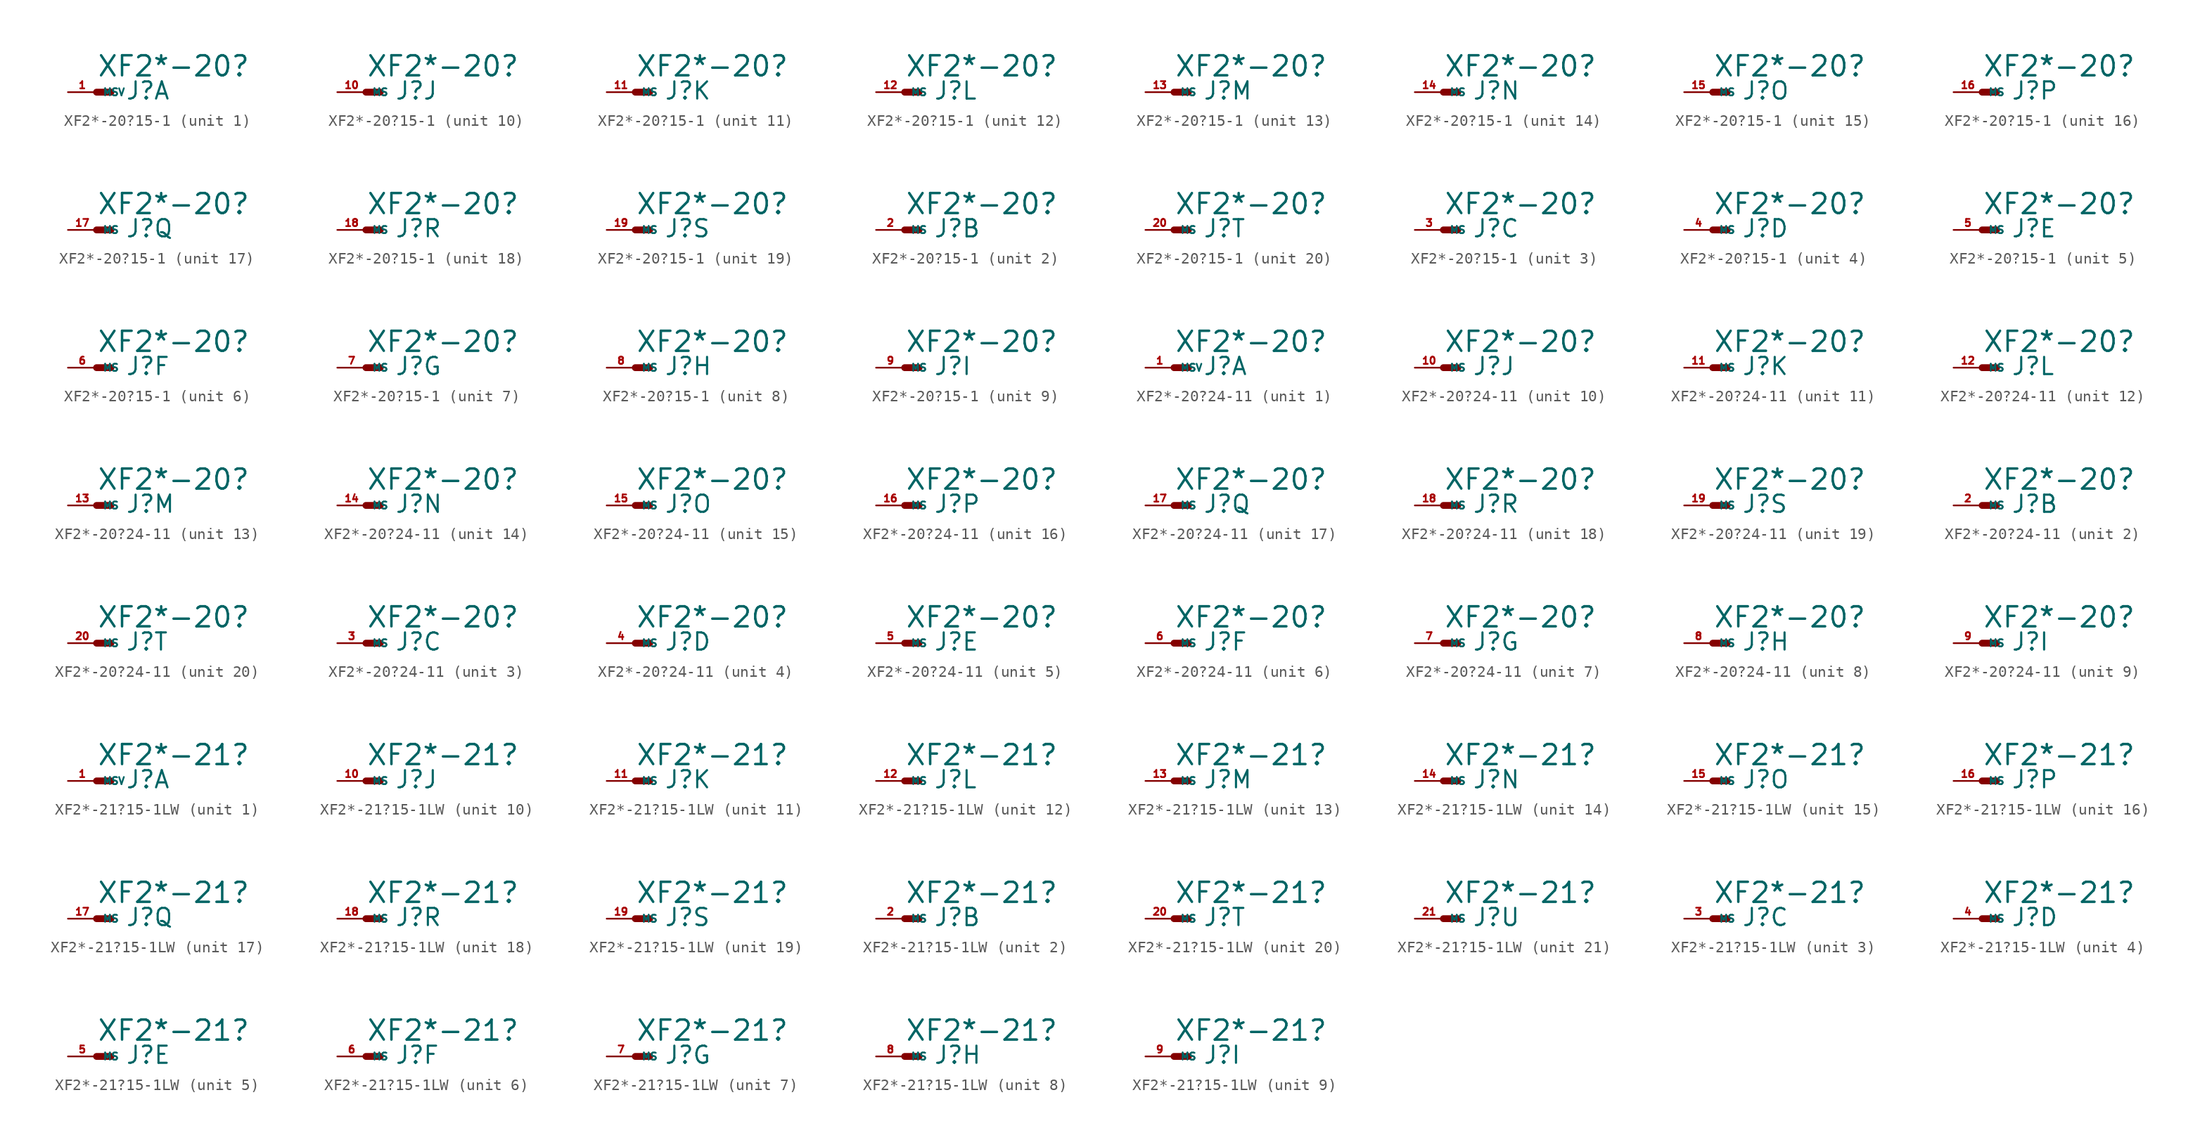
<source format=kicad_sym>
(kicad_symbol_lib
  (version 20220914)
  (generator Eagle2Kicad)
  (symbol "XF2*-20?15-1"
    (property "Reference" "J"
      (at 2.54 -0.762 0)
      (effects (font (size 1.524 1.524) (thickness 0.19)) (justify left bottom)))
    (property "Value" "XF2*-20?"
      (at 0 1.27 0)
      (effects (font (size 1.778 1.778) (thickness 0.22)) (justify left bottom)))
    (symbol "XF2*-20?15-1_1_0"
      (polyline (pts (xy 0 0) (xy 1.27 0)) (stroke (width 0.61) (type default)) (fill (type none)))
      (pin passive line (at -2.54 0 0) (length 2.54) (name "MSV" (effects (font (size 0.635 0.635) (thickness 0.08)) (justify left bottom))) (number "1" (effects (font (size 0.635 0.635) (thickness 0.08)) (justify left bottom)))))
    (symbol "XF2*-20?15-1_2_0"
      (polyline (pts (xy 0 0) (xy 1.27 0)) (stroke (width 0.61) (type default)) (fill (type none)))
      (pin passive line (at -2.54 0 0) (length 2.54) (name "MS" (effects (font (size 0.635 0.635) (thickness 0.08)) (justify left bottom))) (number "2" (effects (font (size 0.635 0.635) (thickness 0.08)) (justify left bottom)))))
    (symbol "XF2*-20?15-1_3_0"
      (polyline (pts (xy 0 0) (xy 1.27 0)) (stroke (width 0.61) (type default)) (fill (type none)))
      (pin passive line (at -2.54 0 0) (length 2.54) (name "MS" (effects (font (size 0.635 0.635) (thickness 0.08)) (justify left bottom))) (number "3" (effects (font (size 0.635 0.635) (thickness 0.08)) (justify left bottom)))))
    (symbol "XF2*-20?15-1_4_0"
      (polyline (pts (xy 0 0) (xy 1.27 0)) (stroke (width 0.61) (type default)) (fill (type none)))
      (pin passive line (at -2.54 0 0) (length 2.54) (name "MS" (effects (font (size 0.635 0.635) (thickness 0.08)) (justify left bottom))) (number "4" (effects (font (size 0.635 0.635) (thickness 0.08)) (justify left bottom)))))
    (symbol "XF2*-20?15-1_5_0"
      (polyline (pts (xy 0 0) (xy 1.27 0)) (stroke (width 0.61) (type default)) (fill (type none)))
      (pin passive line (at -2.54 0 0) (length 2.54) (name "MS" (effects (font (size 0.635 0.635) (thickness 0.08)) (justify left bottom))) (number "5" (effects (font (size 0.635 0.635) (thickness 0.08)) (justify left bottom)))))
    (symbol "XF2*-20?15-1_6_0"
      (polyline (pts (xy 0 0) (xy 1.27 0)) (stroke (width 0.61) (type default)) (fill (type none)))
      (pin passive line (at -2.54 0 0) (length 2.54) (name "MS" (effects (font (size 0.635 0.635) (thickness 0.08)) (justify left bottom))) (number "6" (effects (font (size 0.635 0.635) (thickness 0.08)) (justify left bottom)))))
    (symbol "XF2*-20?15-1_7_0"
      (polyline (pts (xy 0 0) (xy 1.27 0)) (stroke (width 0.61) (type default)) (fill (type none)))
      (pin passive line (at -2.54 0 0) (length 2.54) (name "MS" (effects (font (size 0.635 0.635) (thickness 0.08)) (justify left bottom))) (number "7" (effects (font (size 0.635 0.635) (thickness 0.08)) (justify left bottom)))))
    (symbol "XF2*-20?15-1_8_0"
      (polyline (pts (xy 0 0) (xy 1.27 0)) (stroke (width 0.61) (type default)) (fill (type none)))
      (pin passive line (at -2.54 0 0) (length 2.54) (name "MS" (effects (font (size 0.635 0.635) (thickness 0.08)) (justify left bottom))) (number "8" (effects (font (size 0.635 0.635) (thickness 0.08)) (justify left bottom)))))
    (symbol "XF2*-20?15-1_9_0"
      (polyline (pts (xy 0 0) (xy 1.27 0)) (stroke (width 0.61) (type default)) (fill (type none)))
      (pin passive line (at -2.54 0 0) (length 2.54) (name "MS" (effects (font (size 0.635 0.635) (thickness 0.08)) (justify left bottom))) (number "9" (effects (font (size 0.635 0.635) (thickness 0.08)) (justify left bottom)))))
    (symbol "XF2*-20?15-1_10_0"
      (polyline (pts (xy 0 0) (xy 1.27 0)) (stroke (width 0.61) (type default)) (fill (type none)))
      (pin passive line (at -2.54 0 0) (length 2.54) (name "MS" (effects (font (size 0.635 0.635) (thickness 0.08)) (justify left bottom))) (number "10" (effects (font (size 0.635 0.635) (thickness 0.08)) (justify left bottom)))))
    (symbol "XF2*-20?15-1_11_0"
      (polyline (pts (xy 0 0) (xy 1.27 0)) (stroke (width 0.61) (type default)) (fill (type none)))
      (pin passive line (at -2.54 0 0) (length 2.54) (name "MS" (effects (font (size 0.635 0.635) (thickness 0.08)) (justify left bottom))) (number "11" (effects (font (size 0.635 0.635) (thickness 0.08)) (justify left bottom)))))
    (symbol "XF2*-20?15-1_12_0"
      (polyline (pts (xy 0 0) (xy 1.27 0)) (stroke (width 0.61) (type default)) (fill (type none)))
      (pin passive line (at -2.54 0 0) (length 2.54) (name "MS" (effects (font (size 0.635 0.635) (thickness 0.08)) (justify left bottom))) (number "12" (effects (font (size 0.635 0.635) (thickness 0.08)) (justify left bottom)))))
    (symbol "XF2*-20?15-1_13_0"
      (polyline (pts (xy 0 0) (xy 1.27 0)) (stroke (width 0.61) (type default)) (fill (type none)))
      (pin passive line (at -2.54 0 0) (length 2.54) (name "MS" (effects (font (size 0.635 0.635) (thickness 0.08)) (justify left bottom))) (number "13" (effects (font (size 0.635 0.635) (thickness 0.08)) (justify left bottom)))))
    (symbol "XF2*-20?15-1_14_0"
      (polyline (pts (xy 0 0) (xy 1.27 0)) (stroke (width 0.61) (type default)) (fill (type none)))
      (pin passive line (at -2.54 0 0) (length 2.54) (name "MS" (effects (font (size 0.635 0.635) (thickness 0.08)) (justify left bottom))) (number "14" (effects (font (size 0.635 0.635) (thickness 0.08)) (justify left bottom)))))
    (symbol "XF2*-20?15-1_15_0"
      (polyline (pts (xy 0 0) (xy 1.27 0)) (stroke (width 0.61) (type default)) (fill (type none)))
      (pin passive line (at -2.54 0 0) (length 2.54) (name "MS" (effects (font (size 0.635 0.635) (thickness 0.08)) (justify left bottom))) (number "15" (effects (font (size 0.635 0.635) (thickness 0.08)) (justify left bottom)))))
    (symbol "XF2*-20?15-1_16_0"
      (polyline (pts (xy 0 0) (xy 1.27 0)) (stroke (width 0.61) (type default)) (fill (type none)))
      (pin passive line (at -2.54 0 0) (length 2.54) (name "MS" (effects (font (size 0.635 0.635) (thickness 0.08)) (justify left bottom))) (number "16" (effects (font (size 0.635 0.635) (thickness 0.08)) (justify left bottom)))))
    (symbol "XF2*-20?15-1_17_0"
      (polyline (pts (xy 0 0) (xy 1.27 0)) (stroke (width 0.61) (type default)) (fill (type none)))
      (pin passive line (at -2.54 0 0) (length 2.54) (name "MS" (effects (font (size 0.635 0.635) (thickness 0.08)) (justify left bottom))) (number "17" (effects (font (size 0.635 0.635) (thickness 0.08)) (justify left bottom)))))
    (symbol "XF2*-20?15-1_18_0"
      (polyline (pts (xy 0 0) (xy 1.27 0)) (stroke (width 0.61) (type default)) (fill (type none)))
      (pin passive line (at -2.54 0 0) (length 2.54) (name "MS" (effects (font (size 0.635 0.635) (thickness 0.08)) (justify left bottom))) (number "18" (effects (font (size 0.635 0.635) (thickness 0.08)) (justify left bottom)))))
    (symbol "XF2*-20?15-1_19_0"
      (polyline (pts (xy 0 0) (xy 1.27 0)) (stroke (width 0.61) (type default)) (fill (type none)))
      (pin passive line (at -2.54 0 0) (length 2.54) (name "MS" (effects (font (size 0.635 0.635) (thickness 0.08)) (justify left bottom))) (number "19" (effects (font (size 0.635 0.635) (thickness 0.08)) (justify left bottom)))))
    (symbol "XF2*-20?15-1_20_0"
      (polyline (pts (xy 0 0) (xy 1.27 0)) (stroke (width 0.61) (type default)) (fill (type none)))
      (pin passive line (at -2.54 0 0) (length 2.54) (name "MS" (effects (font (size 0.635 0.635) (thickness 0.08)) (justify left bottom))) (number "20" (effects (font (size 0.635 0.635) (thickness 0.08)) (justify left bottom))))))
  (symbol "XF2*-20?24-11"
    (property "Reference" "J"
      (at 2.54 -0.762 0)
      (effects (font (size 1.524 1.524) (thickness 0.19)) (justify left bottom)))
    (property "Value" "XF2*-20?"
      (at 0 1.27 0)
      (effects (font (size 1.778 1.778) (thickness 0.22)) (justify left bottom)))
    (symbol "XF2*-20?24-11_1_0"
      (polyline (pts (xy 0 0) (xy 1.27 0)) (stroke (width 0.61) (type default)) (fill (type none)))
      (pin passive line (at -2.54 0 0) (length 2.54) (name "MSV" (effects (font (size 0.635 0.635) (thickness 0.08)) (justify left bottom))) (number "1" (effects (font (size 0.635 0.635) (thickness 0.08)) (justify left bottom)))))
    (symbol "XF2*-20?24-11_2_0"
      (polyline (pts (xy 0 0) (xy 1.27 0)) (stroke (width 0.61) (type default)) (fill (type none)))
      (pin passive line (at -2.54 0 0) (length 2.54) (name "MS" (effects (font (size 0.635 0.635) (thickness 0.08)) (justify left bottom))) (number "2" (effects (font (size 0.635 0.635) (thickness 0.08)) (justify left bottom)))))
    (symbol "XF2*-20?24-11_3_0"
      (polyline (pts (xy 0 0) (xy 1.27 0)) (stroke (width 0.61) (type default)) (fill (type none)))
      (pin passive line (at -2.54 0 0) (length 2.54) (name "MS" (effects (font (size 0.635 0.635) (thickness 0.08)) (justify left bottom))) (number "3" (effects (font (size 0.635 0.635) (thickness 0.08)) (justify left bottom)))))
    (symbol "XF2*-20?24-11_4_0"
      (polyline (pts (xy 0 0) (xy 1.27 0)) (stroke (width 0.61) (type default)) (fill (type none)))
      (pin passive line (at -2.54 0 0) (length 2.54) (name "MS" (effects (font (size 0.635 0.635) (thickness 0.08)) (justify left bottom))) (number "4" (effects (font (size 0.635 0.635) (thickness 0.08)) (justify left bottom)))))
    (symbol "XF2*-20?24-11_5_0"
      (polyline (pts (xy 0 0) (xy 1.27 0)) (stroke (width 0.61) (type default)) (fill (type none)))
      (pin passive line (at -2.54 0 0) (length 2.54) (name "MS" (effects (font (size 0.635 0.635) (thickness 0.08)) (justify left bottom))) (number "5" (effects (font (size 0.635 0.635) (thickness 0.08)) (justify left bottom)))))
    (symbol "XF2*-20?24-11_6_0"
      (polyline (pts (xy 0 0) (xy 1.27 0)) (stroke (width 0.61) (type default)) (fill (type none)))
      (pin passive line (at -2.54 0 0) (length 2.54) (name "MS" (effects (font (size 0.635 0.635) (thickness 0.08)) (justify left bottom))) (number "6" (effects (font (size 0.635 0.635) (thickness 0.08)) (justify left bottom)))))
    (symbol "XF2*-20?24-11_7_0"
      (polyline (pts (xy 0 0) (xy 1.27 0)) (stroke (width 0.61) (type default)) (fill (type none)))
      (pin passive line (at -2.54 0 0) (length 2.54) (name "MS" (effects (font (size 0.635 0.635) (thickness 0.08)) (justify left bottom))) (number "7" (effects (font (size 0.635 0.635) (thickness 0.08)) (justify left bottom)))))
    (symbol "XF2*-20?24-11_8_0"
      (polyline (pts (xy 0 0) (xy 1.27 0)) (stroke (width 0.61) (type default)) (fill (type none)))
      (pin passive line (at -2.54 0 0) (length 2.54) (name "MS" (effects (font (size 0.635 0.635) (thickness 0.08)) (justify left bottom))) (number "8" (effects (font (size 0.635 0.635) (thickness 0.08)) (justify left bottom)))))
    (symbol "XF2*-20?24-11_9_0"
      (polyline (pts (xy 0 0) (xy 1.27 0)) (stroke (width 0.61) (type default)) (fill (type none)))
      (pin passive line (at -2.54 0 0) (length 2.54) (name "MS" (effects (font (size 0.635 0.635) (thickness 0.08)) (justify left bottom))) (number "9" (effects (font (size 0.635 0.635) (thickness 0.08)) (justify left bottom)))))
    (symbol "XF2*-20?24-11_10_0"
      (polyline (pts (xy 0 0) (xy 1.27 0)) (stroke (width 0.61) (type default)) (fill (type none)))
      (pin passive line (at -2.54 0 0) (length 2.54) (name "MS" (effects (font (size 0.635 0.635) (thickness 0.08)) (justify left bottom))) (number "10" (effects (font (size 0.635 0.635) (thickness 0.08)) (justify left bottom)))))
    (symbol "XF2*-20?24-11_11_0"
      (polyline (pts (xy 0 0) (xy 1.27 0)) (stroke (width 0.61) (type default)) (fill (type none)))
      (pin passive line (at -2.54 0 0) (length 2.54) (name "MS" (effects (font (size 0.635 0.635) (thickness 0.08)) (justify left bottom))) (number "11" (effects (font (size 0.635 0.635) (thickness 0.08)) (justify left bottom)))))
    (symbol "XF2*-20?24-11_12_0"
      (polyline (pts (xy 0 0) (xy 1.27 0)) (stroke (width 0.61) (type default)) (fill (type none)))
      (pin passive line (at -2.54 0 0) (length 2.54) (name "MS" (effects (font (size 0.635 0.635) (thickness 0.08)) (justify left bottom))) (number "12" (effects (font (size 0.635 0.635) (thickness 0.08)) (justify left bottom)))))
    (symbol "XF2*-20?24-11_13_0"
      (polyline (pts (xy 0 0) (xy 1.27 0)) (stroke (width 0.61) (type default)) (fill (type none)))
      (pin passive line (at -2.54 0 0) (length 2.54) (name "MS" (effects (font (size 0.635 0.635) (thickness 0.08)) (justify left bottom))) (number "13" (effects (font (size 0.635 0.635) (thickness 0.08)) (justify left bottom)))))
    (symbol "XF2*-20?24-11_14_0"
      (polyline (pts (xy 0 0) (xy 1.27 0)) (stroke (width 0.61) (type default)) (fill (type none)))
      (pin passive line (at -2.54 0 0) (length 2.54) (name "MS" (effects (font (size 0.635 0.635) (thickness 0.08)) (justify left bottom))) (number "14" (effects (font (size 0.635 0.635) (thickness 0.08)) (justify left bottom)))))
    (symbol "XF2*-20?24-11_15_0"
      (polyline (pts (xy 0 0) (xy 1.27 0)) (stroke (width 0.61) (type default)) (fill (type none)))
      (pin passive line (at -2.54 0 0) (length 2.54) (name "MS" (effects (font (size 0.635 0.635) (thickness 0.08)) (justify left bottom))) (number "15" (effects (font (size 0.635 0.635) (thickness 0.08)) (justify left bottom)))))
    (symbol "XF2*-20?24-11_16_0"
      (polyline (pts (xy 0 0) (xy 1.27 0)) (stroke (width 0.61) (type default)) (fill (type none)))
      (pin passive line (at -2.54 0 0) (length 2.54) (name "MS" (effects (font (size 0.635 0.635) (thickness 0.08)) (justify left bottom))) (number "16" (effects (font (size 0.635 0.635) (thickness 0.08)) (justify left bottom)))))
    (symbol "XF2*-20?24-11_17_0"
      (polyline (pts (xy 0 0) (xy 1.27 0)) (stroke (width 0.61) (type default)) (fill (type none)))
      (pin passive line (at -2.54 0 0) (length 2.54) (name "MS" (effects (font (size 0.635 0.635) (thickness 0.08)) (justify left bottom))) (number "17" (effects (font (size 0.635 0.635) (thickness 0.08)) (justify left bottom)))))
    (symbol "XF2*-20?24-11_18_0"
      (polyline (pts (xy 0 0) (xy 1.27 0)) (stroke (width 0.61) (type default)) (fill (type none)))
      (pin passive line (at -2.54 0 0) (length 2.54) (name "MS" (effects (font (size 0.635 0.635) (thickness 0.08)) (justify left bottom))) (number "18" (effects (font (size 0.635 0.635) (thickness 0.08)) (justify left bottom)))))
    (symbol "XF2*-20?24-11_19_0"
      (polyline (pts (xy 0 0) (xy 1.27 0)) (stroke (width 0.61) (type default)) (fill (type none)))
      (pin passive line (at -2.54 0 0) (length 2.54) (name "MS" (effects (font (size 0.635 0.635) (thickness 0.08)) (justify left bottom))) (number "19" (effects (font (size 0.635 0.635) (thickness 0.08)) (justify left bottom)))))
    (symbol "XF2*-20?24-11_20_0"
      (polyline (pts (xy 0 0) (xy 1.27 0)) (stroke (width 0.61) (type default)) (fill (type none)))
      (pin passive line (at -2.54 0 0) (length 2.54) (name "MS" (effects (font (size 0.635 0.635) (thickness 0.08)) (justify left bottom))) (number "20" (effects (font (size 0.635 0.635) (thickness 0.08)) (justify left bottom))))))
  (symbol "XF2*-21?15-1LW"
    (property "Reference" "J"
      (at 2.54 -0.762 0)
      (effects (font (size 1.524 1.524) (thickness 0.19)) (justify left bottom)))
    (property "Value" "XF2*-21?"
      (at 0 1.27 0)
      (effects (font (size 1.778 1.778) (thickness 0.22)) (justify left bottom)))
    (symbol "XF2*-21?15-1LW_1_0"
      (polyline (pts (xy 0 0) (xy 1.27 0)) (stroke (width 0.61) (type default)) (fill (type none)))
      (pin passive line (at -2.54 0 0) (length 2.54) (name "MSV" (effects (font (size 0.635 0.635) (thickness 0.08)) (justify left bottom))) (number "1" (effects (font (size 0.635 0.635) (thickness 0.08)) (justify left bottom)))))
    (symbol "XF2*-21?15-1LW_2_0"
      (polyline (pts (xy 0 0) (xy 1.27 0)) (stroke (width 0.61) (type default)) (fill (type none)))
      (pin passive line (at -2.54 0 0) (length 2.54) (name "MS" (effects (font (size 0.635 0.635) (thickness 0.08)) (justify left bottom))) (number "2" (effects (font (size 0.635 0.635) (thickness 0.08)) (justify left bottom)))))
    (symbol "XF2*-21?15-1LW_3_0"
      (polyline (pts (xy 0 0) (xy 1.27 0)) (stroke (width 0.61) (type default)) (fill (type none)))
      (pin passive line (at -2.54 0 0) (length 2.54) (name "MS" (effects (font (size 0.635 0.635) (thickness 0.08)) (justify left bottom))) (number "3" (effects (font (size 0.635 0.635) (thickness 0.08)) (justify left bottom)))))
    (symbol "XF2*-21?15-1LW_4_0"
      (polyline (pts (xy 0 0) (xy 1.27 0)) (stroke (width 0.61) (type default)) (fill (type none)))
      (pin passive line (at -2.54 0 0) (length 2.54) (name "MS" (effects (font (size 0.635 0.635) (thickness 0.08)) (justify left bottom))) (number "4" (effects (font (size 0.635 0.635) (thickness 0.08)) (justify left bottom)))))
    (symbol "XF2*-21?15-1LW_5_0"
      (polyline (pts (xy 0 0) (xy 1.27 0)) (stroke (width 0.61) (type default)) (fill (type none)))
      (pin passive line (at -2.54 0 0) (length 2.54) (name "MS" (effects (font (size 0.635 0.635) (thickness 0.08)) (justify left bottom))) (number "5" (effects (font (size 0.635 0.635) (thickness 0.08)) (justify left bottom)))))
    (symbol "XF2*-21?15-1LW_6_0"
      (polyline (pts (xy 0 0) (xy 1.27 0)) (stroke (width 0.61) (type default)) (fill (type none)))
      (pin passive line (at -2.54 0 0) (length 2.54) (name "MS" (effects (font (size 0.635 0.635) (thickness 0.08)) (justify left bottom))) (number "6" (effects (font (size 0.635 0.635) (thickness 0.08)) (justify left bottom)))))
    (symbol "XF2*-21?15-1LW_7_0"
      (polyline (pts (xy 0 0) (xy 1.27 0)) (stroke (width 0.61) (type default)) (fill (type none)))
      (pin passive line (at -2.54 0 0) (length 2.54) (name "MS" (effects (font (size 0.635 0.635) (thickness 0.08)) (justify left bottom))) (number "7" (effects (font (size 0.635 0.635) (thickness 0.08)) (justify left bottom)))))
    (symbol "XF2*-21?15-1LW_8_0"
      (polyline (pts (xy 0 0) (xy 1.27 0)) (stroke (width 0.61) (type default)) (fill (type none)))
      (pin passive line (at -2.54 0 0) (length 2.54) (name "MS" (effects (font (size 0.635 0.635) (thickness 0.08)) (justify left bottom))) (number "8" (effects (font (size 0.635 0.635) (thickness 0.08)) (justify left bottom)))))
    (symbol "XF2*-21?15-1LW_9_0"
      (polyline (pts (xy 0 0) (xy 1.27 0)) (stroke (width 0.61) (type default)) (fill (type none)))
      (pin passive line (at -2.54 0 0) (length 2.54) (name "MS" (effects (font (size 0.635 0.635) (thickness 0.08)) (justify left bottom))) (number "9" (effects (font (size 0.635 0.635) (thickness 0.08)) (justify left bottom)))))
    (symbol "XF2*-21?15-1LW_10_0"
      (polyline (pts (xy 0 0) (xy 1.27 0)) (stroke (width 0.61) (type default)) (fill (type none)))
      (pin passive line (at -2.54 0 0) (length 2.54) (name "MS" (effects (font (size 0.635 0.635) (thickness 0.08)) (justify left bottom))) (number "10" (effects (font (size 0.635 0.635) (thickness 0.08)) (justify left bottom)))))
    (symbol "XF2*-21?15-1LW_11_0"
      (polyline (pts (xy 0 0) (xy 1.27 0)) (stroke (width 0.61) (type default)) (fill (type none)))
      (pin passive line (at -2.54 0 0) (length 2.54) (name "MS" (effects (font (size 0.635 0.635) (thickness 0.08)) (justify left bottom))) (number "11" (effects (font (size 0.635 0.635) (thickness 0.08)) (justify left bottom)))))
    (symbol "XF2*-21?15-1LW_12_0"
      (polyline (pts (xy 0 0) (xy 1.27 0)) (stroke (width 0.61) (type default)) (fill (type none)))
      (pin passive line (at -2.54 0 0) (length 2.54) (name "MS" (effects (font (size 0.635 0.635) (thickness 0.08)) (justify left bottom))) (number "12" (effects (font (size 0.635 0.635) (thickness 0.08)) (justify left bottom)))))
    (symbol "XF2*-21?15-1LW_13_0"
      (polyline (pts (xy 0 0) (xy 1.27 0)) (stroke (width 0.61) (type default)) (fill (type none)))
      (pin passive line (at -2.54 0 0) (length 2.54) (name "MS" (effects (font (size 0.635 0.635) (thickness 0.08)) (justify left bottom))) (number "13" (effects (font (size 0.635 0.635) (thickness 0.08)) (justify left bottom)))))
    (symbol "XF2*-21?15-1LW_14_0"
      (polyline (pts (xy 0 0) (xy 1.27 0)) (stroke (width 0.61) (type default)) (fill (type none)))
      (pin passive line (at -2.54 0 0) (length 2.54) (name "MS" (effects (font (size 0.635 0.635) (thickness 0.08)) (justify left bottom))) (number "14" (effects (font (size 0.635 0.635) (thickness 0.08)) (justify left bottom)))))
    (symbol "XF2*-21?15-1LW_15_0"
      (polyline (pts (xy 0 0) (xy 1.27 0)) (stroke (width 0.61) (type default)) (fill (type none)))
      (pin passive line (at -2.54 0 0) (length 2.54) (name "MS" (effects (font (size 0.635 0.635) (thickness 0.08)) (justify left bottom))) (number "15" (effects (font (size 0.635 0.635) (thickness 0.08)) (justify left bottom)))))
    (symbol "XF2*-21?15-1LW_16_0"
      (polyline (pts (xy 0 0) (xy 1.27 0)) (stroke (width 0.61) (type default)) (fill (type none)))
      (pin passive line (at -2.54 0 0) (length 2.54) (name "MS" (effects (font (size 0.635 0.635) (thickness 0.08)) (justify left bottom))) (number "16" (effects (font (size 0.635 0.635) (thickness 0.08)) (justify left bottom)))))
    (symbol "XF2*-21?15-1LW_17_0"
      (polyline (pts (xy 0 0) (xy 1.27 0)) (stroke (width 0.61) (type default)) (fill (type none)))
      (pin passive line (at -2.54 0 0) (length 2.54) (name "MS" (effects (font (size 0.635 0.635) (thickness 0.08)) (justify left bottom))) (number "17" (effects (font (size 0.635 0.635) (thickness 0.08)) (justify left bottom)))))
    (symbol "XF2*-21?15-1LW_18_0"
      (polyline (pts (xy 0 0) (xy 1.27 0)) (stroke (width 0.61) (type default)) (fill (type none)))
      (pin passive line (at -2.54 0 0) (length 2.54) (name "MS" (effects (font (size 0.635 0.635) (thickness 0.08)) (justify left bottom))) (number "18" (effects (font (size 0.635 0.635) (thickness 0.08)) (justify left bottom)))))
    (symbol "XF2*-21?15-1LW_19_0"
      (polyline (pts (xy 0 0) (xy 1.27 0)) (stroke (width 0.61) (type default)) (fill (type none)))
      (pin passive line (at -2.54 0 0) (length 2.54) (name "MS" (effects (font (size 0.635 0.635) (thickness 0.08)) (justify left bottom))) (number "19" (effects (font (size 0.635 0.635) (thickness 0.08)) (justify left bottom)))))
    (symbol "XF2*-21?15-1LW_20_0"
      (polyline (pts (xy 0 0) (xy 1.27 0)) (stroke (width 0.61) (type default)) (fill (type none)))
      (pin passive line (at -2.54 0 0) (length 2.54) (name "MS" (effects (font (size 0.635 0.635) (thickness 0.08)) (justify left bottom))) (number "20" (effects (font (size 0.635 0.635) (thickness 0.08)) (justify left bottom)))))
    (symbol "XF2*-21?15-1LW_21_0"
      (polyline (pts (xy 0 0) (xy 1.27 0)) (stroke (width 0.61) (type default)) (fill (type none)))
      (pin passive line (at -2.54 0 0) (length 2.54) (name "MS" (effects (font (size 0.635 0.635) (thickness 0.08)) (justify left bottom))) (number "21" (effects (font (size 0.635 0.635) (thickness 0.08)) (justify left bottom)))))))
</source>
